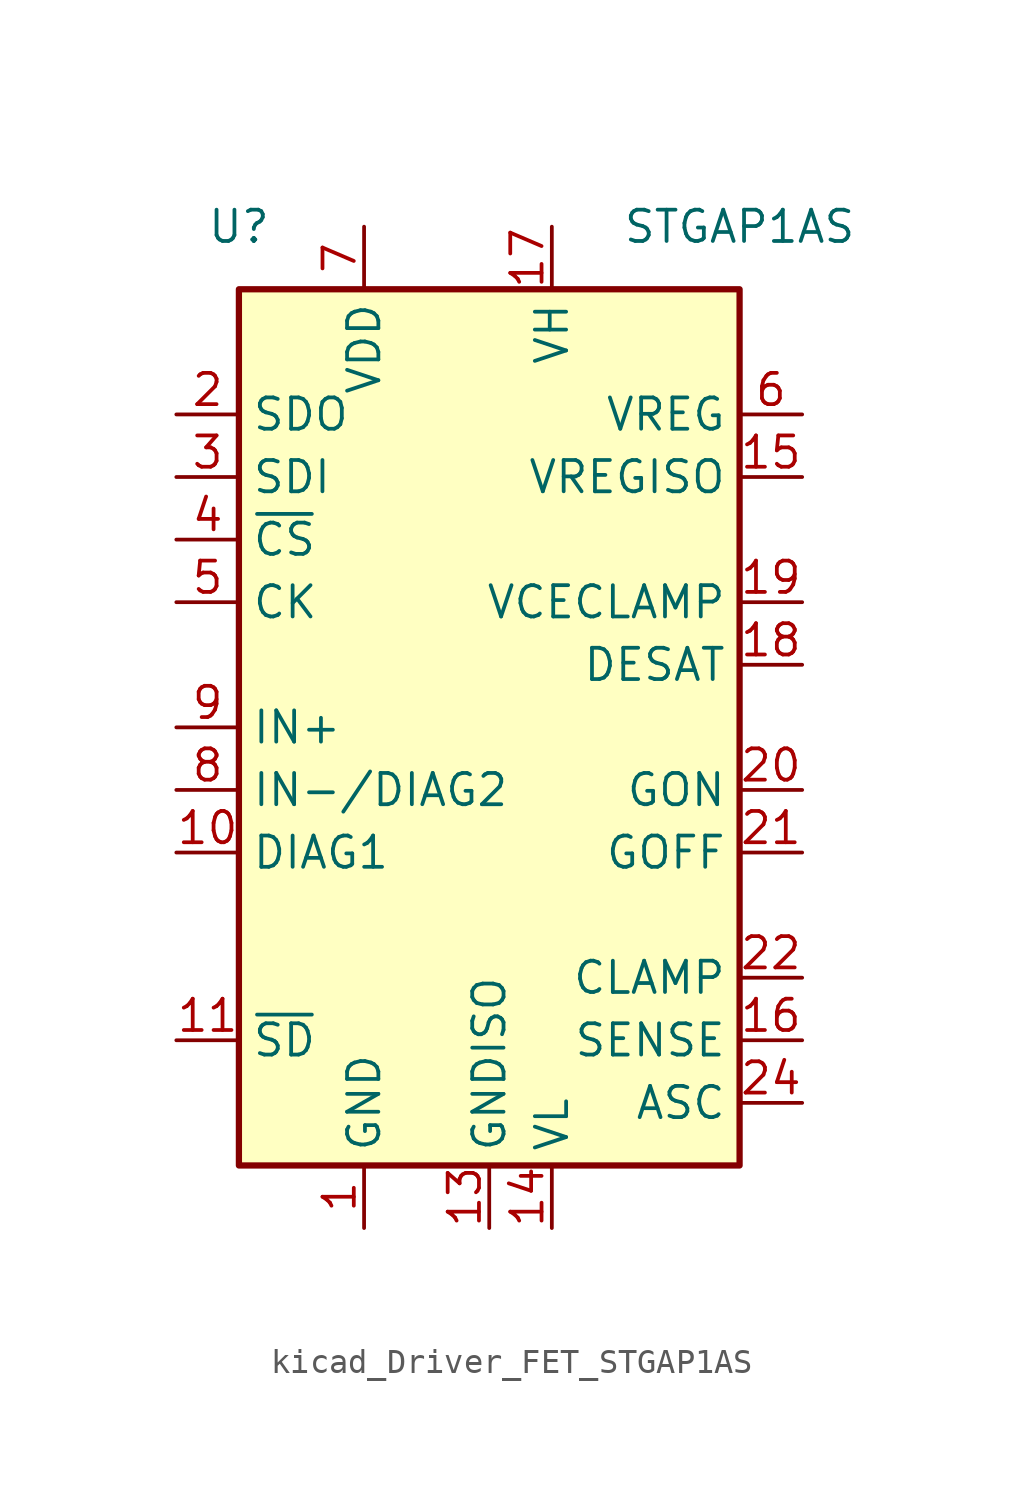
<source format=kicad_sym>
(kicad_symbol_lib
  (version 20220914)
  (generator kicad_symbol_editor)
  (symbol "kicad_Driver_FET_STGAP1AS"
    (property "Reference" "U"
      (at -10.16 20.32 0)
      (effects (font (size 1.27 1.27))))
    (property "Value" "STGAP1AS"
      (at 10.16 20.32 0)
      (effects (font (size 1.27 1.27))))
    (symbol "kicad_Driver_FET_STGAP1AS_0_1"
      (rectangle (start -10.16 -17.78) (end 10.16 17.78) (stroke (width 0.254) (type default)) (fill (type background))))
    (symbol "kicad_Driver_FET_STGAP1AS_1_1"
      (pin power_in line (at -5.08 -20.32 90) (length 2.54) (name "GND" (effects (font (size 1.27 1.27)))) (number "1" (effects (font (size 1.27 1.27)))))
      (pin open_collector line (at -12.7 -5.08 0) (length 2.54) (name "DIAG1" (effects (font (size 1.27 1.27)))) (number "10" (effects (font (size 1.27 1.27)))))
      (pin input line (at -12.7 -12.7 0) (length 2.54) (name "~{SD}" (effects (font (size 1.27 1.27)))) (number "11" (effects (font (size 1.27 1.27)))))
      (pin passive line (at -5.08 -20.32 90) (length 2.54) hide (name "GND" (effects (font (size 1.27 1.27)))) (number "12" (effects (font (size 1.27 1.27)))))
      (pin power_in line (at 0 -20.32 90) (length 2.54) (name "GNDISO" (effects (font (size 1.27 1.27)))) (number "13" (effects (font (size 1.27 1.27)))))
      (pin power_in line (at 2.54 -20.32 90) (length 2.54) (name "VL" (effects (font (size 1.27 1.27)))) (number "14" (effects (font (size 1.27 1.27)))))
      (pin power_out line (at 12.7 10.16 180) (length 2.54) (name "VREGISO" (effects (font (size 1.27 1.27)))) (number "15" (effects (font (size 1.27 1.27)))))
      (pin input line (at 12.7 -12.7 180) (length 2.54) (name "SENSE" (effects (font (size 1.27 1.27)))) (number "16" (effects (font (size 1.27 1.27)))))
      (pin power_in line (at 2.54 20.32 270) (length 2.54) (name "VH" (effects (font (size 1.27 1.27)))) (number "17" (effects (font (size 1.27 1.27)))))
      (pin passive line (at 12.7 2.54 180) (length 2.54) (name "DESAT" (effects (font (size 1.27 1.27)))) (number "18" (effects (font (size 1.27 1.27)))))
      (pin input line (at 12.7 5.08 180) (length 2.54) (name "VCECLAMP" (effects (font (size 1.27 1.27)))) (number "19" (effects (font (size 1.27 1.27)))))
      (pin output line (at -12.7 12.7 0) (length 2.54) (name "SDO" (effects (font (size 1.27 1.27)))) (number "2" (effects (font (size 1.27 1.27)))))
      (pin output line (at 12.7 -2.54 180) (length 2.54) (name "GON" (effects (font (size 1.27 1.27)))) (number "20" (effects (font (size 1.27 1.27)))))
      (pin output line (at 12.7 -5.08 180) (length 2.54) (name "GOFF" (effects (font (size 1.27 1.27)))) (number "21" (effects (font (size 1.27 1.27)))))
      (pin output line (at 12.7 -10.16 180) (length 2.54) (name "CLAMP" (effects (font (size 1.27 1.27)))) (number "22" (effects (font (size 1.27 1.27)))))
      (pin passive line (at 2.54 -20.32 90) (length 2.54) hide (name "VL" (effects (font (size 1.27 1.27)))) (number "23" (effects (font (size 1.27 1.27)))))
      (pin input line (at 12.7 -15.24 180) (length 2.54) (name "ASC" (effects (font (size 1.27 1.27)))) (number "24" (effects (font (size 1.27 1.27)))))
      (pin input line (at -12.7 10.16 0) (length 2.54) (name "SDI" (effects (font (size 1.27 1.27)))) (number "3" (effects (font (size 1.27 1.27)))))
      (pin input line (at -12.7 7.62 0) (length 2.54) (name "~{CS}" (effects (font (size 1.27 1.27)))) (number "4" (effects (font (size 1.27 1.27)))))
      (pin input line (at -12.7 5.08 0) (length 2.54) (name "CK" (effects (font (size 1.27 1.27)))) (number "5" (effects (font (size 1.27 1.27)))))
      (pin power_out line (at 12.7 12.7 180) (length 2.54) (name "VREG" (effects (font (size 1.27 1.27)))) (number "6" (effects (font (size 1.27 1.27)))))
      (pin power_in line (at -5.08 20.32 270) (length 2.54) (name "VDD" (effects (font (size 1.27 1.27)))) (number "7" (effects (font (size 1.27 1.27)))))
      (pin bidirectional line (at -12.7 -2.54 0) (length 2.54) (name "IN-/DIAG2" (effects (font (size 1.27 1.27)))) (number "8" (effects (font (size 1.27 1.27)))))
      (pin input line (at -12.7 0 0) (length 2.54) (name "IN+" (effects (font (size 1.27 1.27)))) (number "9" (effects (font (size 1.27 1.27))))))))
</source>
